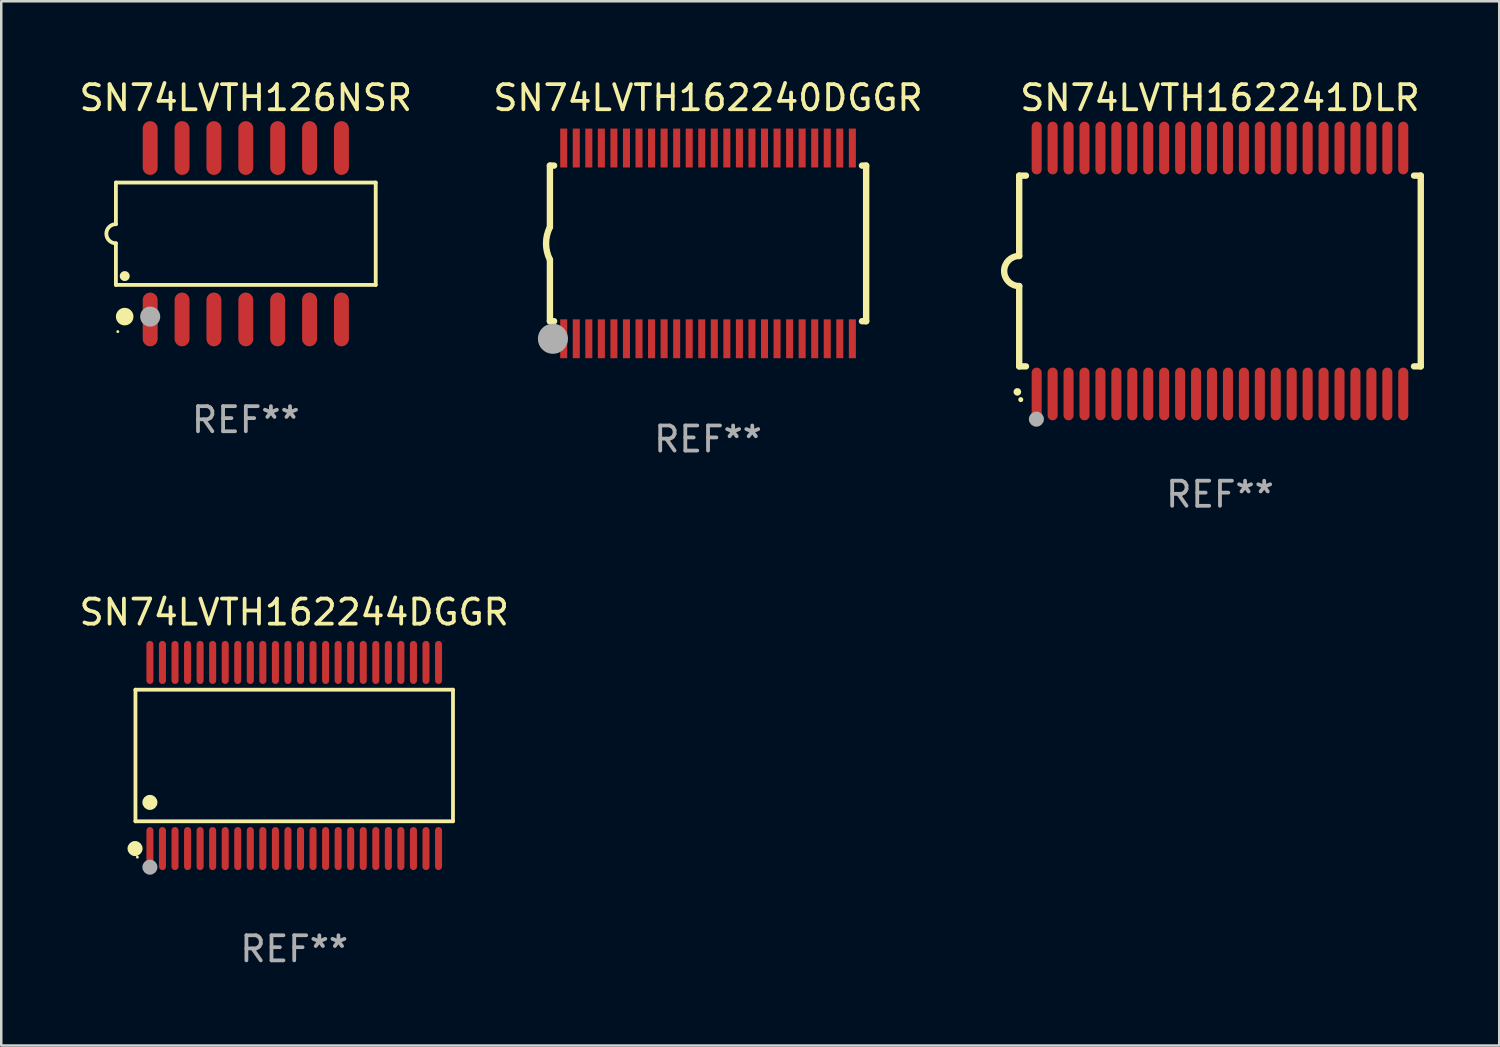
<source format=kicad_pcb>
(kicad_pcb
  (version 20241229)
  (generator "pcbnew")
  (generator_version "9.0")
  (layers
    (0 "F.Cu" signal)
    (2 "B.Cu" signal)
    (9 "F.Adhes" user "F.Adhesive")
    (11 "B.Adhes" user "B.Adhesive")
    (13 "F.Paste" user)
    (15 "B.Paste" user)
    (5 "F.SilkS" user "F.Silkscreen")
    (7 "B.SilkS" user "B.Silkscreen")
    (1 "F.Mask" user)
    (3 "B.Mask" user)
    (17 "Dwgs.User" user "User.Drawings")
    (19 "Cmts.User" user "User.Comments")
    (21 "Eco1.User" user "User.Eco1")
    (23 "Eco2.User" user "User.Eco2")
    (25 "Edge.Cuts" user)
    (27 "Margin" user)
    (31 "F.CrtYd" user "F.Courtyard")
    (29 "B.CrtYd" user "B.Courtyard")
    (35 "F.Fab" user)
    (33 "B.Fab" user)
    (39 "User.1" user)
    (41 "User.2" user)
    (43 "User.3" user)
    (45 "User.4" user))
  (footprint "SN74LVTH162240DGGR"
    (layer "F.Cu")
    (at 25.161 6.648)
    (property "Reference" "SN74LVTH162240DGGR" (at 0 -5.8 0) (layer "F.SilkS") (effects (font (size 1 1) (thickness 0.15))))
    (attr through_hole)
    (fp_line (start -6.3 -3.1) (end -6.3 -0.65) (stroke (width 0.254) (type solid)) (layer "F.SilkS"))
    (fp_line (start -6.3 -3.1) (end -6.134 -3.1) (stroke (width 0.254) (type solid)) (layer "F.SilkS"))
    (fp_line (start -6.3 3.1) (end -6.3 0.65) (stroke (width 0.254) (type solid)) (layer "F.SilkS"))
    (fp_line (start -6.3 3.1) (end -6.134 3.1) (stroke (width 0.254) (type solid)) (layer "F.SilkS"))
    (fp_line (start 6.134 -3.1) (end 6.3 -3.1) (stroke (width 0.254) (type solid)) (layer "F.SilkS"))
    (fp_line (start 6.134 3.1) (end 6.3 3.1) (stroke (width 0.254) (type solid)) (layer "F.SilkS"))
    (fp_line (start 6.3 -3.1) (end 6.3 3.1) (stroke (width 0.254) (type solid)) (layer "F.SilkS"))
    (fp_arc (start -6.301016 0.650114) (mid -6.45413 -0.000082) (end -6.3 -0.650038) (stroke (width 0.254001) (type solid)) (layer "F.SilkS"))
    (fp_circle (center -6.35 3.81) (end -6.223 3.81) (stroke (width 0.254) (type solid)) (fill no) (layer "F.SilkS"))
    (fp_circle (center -6.25 4.05) (end -6.22 4.05) (stroke (width 0.06) (type solid)) (fill no) (layer "F.SilkS"))
    (fp_circle (center -6.18 3.8) (end -5.88 3.8) (stroke (width 0.6) (type solid)) (fill no) (layer "F.Fab"))
    (fp_text user "REF**" (at 0 7.8 0) (layer "F.Fab") (effects (font (size 1 1) (thickness 0.15))))
    (pad "1" smd rect (at -5.75 3.8) (size 0.28 1.55) (layers "F.Cu" "F.Mask" "F.Paste"))
    (pad "2" smd rect (at -5.25 3.8) (size 0.28 1.55) (layers "F.Cu" "F.Mask" "F.Paste"))
    (pad "3" smd rect (at -4.75 3.8) (size 0.28 1.55) (layers "F.Cu" "F.Mask" "F.Paste"))
    (pad "4" smd rect (at -4.25 3.8) (size 0.28 1.55) (layers "F.Cu" "F.Mask" "F.Paste"))
    (pad "5" smd rect (at -3.75 3.8) (size 0.28 1.55) (layers "F.Cu" "F.Mask" "F.Paste"))
    (pad "6" smd rect (at -3.25 3.8) (size 0.28 1.55) (layers "F.Cu" "F.Mask" "F.Paste"))
    (pad "7" smd rect (at -2.75 3.8) (size 0.28 1.55) (layers "F.Cu" "F.Mask" "F.Paste"))
    (pad "8" smd rect (at -2.25 3.8) (size 0.28 1.55) (layers "F.Cu" "F.Mask" "F.Paste"))
    (pad "9" smd rect (at -1.75 3.8) (size 0.28 1.55) (layers "F.Cu" "F.Mask" "F.Paste"))
    (pad "10" smd rect (at -1.25 3.8) (size 0.28 1.55) (layers "F.Cu" "F.Mask" "F.Paste"))
    (pad "11" smd rect (at -0.75 3.8) (size 0.28 1.55) (layers "F.Cu" "F.Mask" "F.Paste"))
    (pad "12" smd rect (at -0.25 3.8) (size 0.28 1.55) (layers "F.Cu" "F.Mask" "F.Paste"))
    (pad "13" smd rect (at 0.25 3.8) (size 0.28 1.55) (layers "F.Cu" "F.Mask" "F.Paste"))
    (pad "14" smd rect (at 0.75 3.8) (size 0.28 1.55) (layers "F.Cu" "F.Mask" "F.Paste"))
    (pad "15" smd rect (at 1.25 3.8) (size 0.28 1.55) (layers "F.Cu" "F.Mask" "F.Paste"))
    (pad "16" smd rect (at 1.75 3.8) (size 0.28 1.55) (layers "F.Cu" "F.Mask" "F.Paste"))
    (pad "17" smd rect (at 2.25 3.8) (size 0.28 1.55) (layers "F.Cu" "F.Mask" "F.Paste"))
    (pad "18" smd rect (at 2.75 3.8) (size 0.28 1.55) (layers "F.Cu" "F.Mask" "F.Paste"))
    (pad "19" smd rect (at 3.25 3.8) (size 0.28 1.55) (layers "F.Cu" "F.Mask" "F.Paste"))
    (pad "20" smd rect (at 3.75 3.8) (size 0.28 1.55) (layers "F.Cu" "F.Mask" "F.Paste"))
    (pad "21" smd rect (at 4.25 3.8) (size 0.28 1.55) (layers "F.Cu" "F.Mask" "F.Paste"))
    (pad "22" smd rect (at 4.75 3.8) (size 0.28 1.55) (layers "F.Cu" "F.Mask" "F.Paste"))
    (pad "23" smd rect (at 5.25 3.8) (size 0.28 1.55) (layers "F.Cu" "F.Mask" "F.Paste"))
    (pad "24" smd rect (at 5.75 3.8) (size 0.28 1.55) (layers "F.Cu" "F.Mask" "F.Paste"))
    (pad "25" smd rect (at 5.75 -3.8) (size 0.28 1.55) (layers "F.Cu" "F.Mask" "F.Paste"))
    (pad "26" smd rect (at 5.25 -3.8) (size 0.28 1.55) (layers "F.Cu" "F.Mask" "F.Paste"))
    (pad "27" smd rect (at 4.75 -3.8) (size 0.28 1.55) (layers "F.Cu" "F.Mask" "F.Paste"))
    (pad "28" smd rect (at 4.25 -3.8) (size 0.28 1.55) (layers "F.Cu" "F.Mask" "F.Paste"))
    (pad "29" smd rect (at 3.75 -3.8) (size 0.28 1.55) (layers "F.Cu" "F.Mask" "F.Paste"))
    (pad "30" smd rect (at 3.25 -3.8) (size 0.28 1.55) (layers "F.Cu" "F.Mask" "F.Paste"))
    (pad "31" smd rect (at 2.75 -3.8) (size 0.28 1.55) (layers "F.Cu" "F.Mask" "F.Paste"))
    (pad "32" smd rect (at 2.25 -3.8) (size 0.28 1.55) (layers "F.Cu" "F.Mask" "F.Paste"))
    (pad "33" smd rect (at 1.75 -3.8) (size 0.28 1.55) (layers "F.Cu" "F.Mask" "F.Paste"))
    (pad "34" smd rect (at 1.25 -3.8) (size 0.28 1.55) (layers "F.Cu" "F.Mask" "F.Paste"))
    (pad "35" smd rect (at 0.75 -3.8) (size 0.28 1.55) (layers "F.Cu" "F.Mask" "F.Paste"))
    (pad "36" smd rect (at 0.25 -3.8) (size 0.28 1.55) (layers "F.Cu" "F.Mask" "F.Paste"))
    (pad "37" smd rect (at -0.25 -3.8) (size 0.28 1.55) (layers "F.Cu" "F.Mask" "F.Paste"))
    (pad "38" smd rect (at -0.75 -3.8) (size 0.28 1.55) (layers "F.Cu" "F.Mask" "F.Paste"))
    (pad "39" smd rect (at -1.25 -3.8) (size 0.28 1.55) (layers "F.Cu" "F.Mask" "F.Paste"))
    (pad "40" smd rect (at -1.75 -3.8) (size 0.28 1.55) (layers "F.Cu" "F.Mask" "F.Paste"))
    (pad "41" smd rect (at -2.25 -3.8) (size 0.28 1.55) (layers "F.Cu" "F.Mask" "F.Paste"))
    (pad "42" smd rect (at -2.75 -3.8) (size 0.28 1.55) (layers "F.Cu" "F.Mask" "F.Paste"))
    (pad "43" smd rect (at -3.25 -3.8) (size 0.28 1.55) (layers "F.Cu" "F.Mask" "F.Paste"))
    (pad "44" smd rect (at -3.75 -3.8) (size 0.28 1.55) (layers "F.Cu" "F.Mask" "F.Paste"))
    (pad "45" smd rect (at -4.25 -3.8) (size 0.28 1.55) (layers "F.Cu" "F.Mask" "F.Paste"))
    (pad "46" smd rect (at -4.75 -3.8) (size 0.28 1.55) (layers "F.Cu" "F.Mask" "F.Paste"))
    (pad "47" smd rect (at -5.25 -3.8) (size 0.28 1.55) (layers "F.Cu" "F.Mask" "F.Paste"))
    (pad "48" smd rect (at -5.75 -3.8) (size 0.28 1.55) (layers "F.Cu" "F.Mask" "F.Paste")))
  (footprint "SN74LVTH162244DGGR"
    (layer "F.Cu")
    (at 8.673 27.052)
    (property "Reference" "SN74LVTH162244DGGR" (at 0 -5.708 0) (layer "F.SilkS") (effects (font (size 1 1) (thickness 0.15))))
    (attr through_hole)
    (fp_line (start -6.326 -2.622) (end 6.326 -2.622) (stroke (width 0.152) (type solid)) (layer "F.SilkS"))
    (fp_line (start -6.326 2.621) (end -6.326 -2.622) (stroke (width 0.152) (type solid)) (layer "F.SilkS"))
    (fp_line (start 6.326 -2.622) (end 6.326 2.621) (stroke (width 0.152) (type solid)) (layer "F.SilkS"))
    (fp_line (start 6.326 2.621) (end -6.326 2.621) (stroke (width 0.152) (type solid)) (layer "F.SilkS"))
    (fp_circle (center -6.342 3.708) (end -6.192 3.708) (stroke (width 0.3) (type solid)) (fill no) (layer "F.SilkS"))
    (fp_circle (center -6.25 4.05) (end -6.22 4.05) (stroke (width 0.06) (type solid)) (fill no) (layer "F.SilkS"))
    (fp_circle (center -5.75 1.869) (end -5.6 1.869) (stroke (width 0.3) (type solid)) (fill no) (layer "F.SilkS"))
    (fp_circle (center -5.75 4.45) (end -5.6 4.45) (stroke (width 0.3) (type solid)) (fill no) (layer "F.Fab"))
    (fp_text user "REF**" (at 0 7.708 0) (layer "F.Fab") (effects (font (size 1 1) (thickness 0.15))))
    (pad "1" smd oval (at -5.75 3.708) (size 0.28 1.715) (layers "F.Cu" "F.Mask" "F.Paste"))
    (pad "2" smd oval (at -5.25 3.708) (size 0.28 1.715) (layers "F.Cu" "F.Mask" "F.Paste"))
    (pad "3" smd oval (at -4.75 3.708) (size 0.28 1.715) (layers "F.Cu" "F.Mask" "F.Paste"))
    (pad "4" smd oval (at -4.25 3.708) (size 0.28 1.715) (layers "F.Cu" "F.Mask" "F.Paste"))
    (pad "5" smd oval (at -3.75 3.708) (size 0.28 1.715) (layers "F.Cu" "F.Mask" "F.Paste"))
    (pad "6" smd oval (at -3.25 3.708) (size 0.28 1.715) (layers "F.Cu" "F.Mask" "F.Paste"))
    (pad "7" smd oval (at -2.75 3.708) (size 0.28 1.715) (layers "F.Cu" "F.Mask" "F.Paste"))
    (pad "8" smd oval (at -2.25 3.708) (size 0.28 1.715) (layers "F.Cu" "F.Mask" "F.Paste"))
    (pad "9" smd oval (at -1.75 3.708) (size 0.28 1.715) (layers "F.Cu" "F.Mask" "F.Paste"))
    (pad "10" smd oval (at -1.25 3.708) (size 0.28 1.715) (layers "F.Cu" "F.Mask" "F.Paste"))
    (pad "11" smd oval (at -0.75 3.708) (size 0.28 1.715) (layers "F.Cu" "F.Mask" "F.Paste"))
    (pad "12" smd oval (at -0.25 3.708) (size 0.28 1.715) (layers "F.Cu" "F.Mask" "F.Paste"))
    (pad "13" smd oval (at 0.25 3.708) (size 0.28 1.715) (layers "F.Cu" "F.Mask" "F.Paste"))
    (pad "14" smd oval (at 0.75 3.708) (size 0.28 1.715) (layers "F.Cu" "F.Mask" "F.Paste"))
    (pad "15" smd oval (at 1.25 3.708) (size 0.28 1.715) (layers "F.Cu" "F.Mask" "F.Paste"))
    (pad "16" smd oval (at 1.75 3.708) (size 0.28 1.715) (layers "F.Cu" "F.Mask" "F.Paste"))
    (pad "17" smd oval (at 2.25 3.708) (size 0.28 1.715) (layers "F.Cu" "F.Mask" "F.Paste"))
    (pad "18" smd oval (at 2.75 3.708) (size 0.28 1.715) (layers "F.Cu" "F.Mask" "F.Paste"))
    (pad "19" smd oval (at 3.25 3.708) (size 0.28 1.715) (layers "F.Cu" "F.Mask" "F.Paste"))
    (pad "20" smd oval (at 3.75 3.708) (size 0.28 1.715) (layers "F.Cu" "F.Mask" "F.Paste"))
    (pad "21" smd oval (at 4.25 3.708) (size 0.28 1.715) (layers "F.Cu" "F.Mask" "F.Paste"))
    (pad "22" smd oval (at 4.75 3.708) (size 0.28 1.715) (layers "F.Cu" "F.Mask" "F.Paste"))
    (pad "23" smd oval (at 5.25 3.708) (size 0.28 1.715) (layers "F.Cu" "F.Mask" "F.Paste"))
    (pad "24" smd oval (at 5.75 3.708) (size 0.28 1.715) (layers "F.Cu" "F.Mask" "F.Paste"))
    (pad "25" smd oval (at 5.75 -3.708) (size 0.28 1.715) (layers "F.Cu" "F.Mask" "F.Paste"))
    (pad "26" smd oval (at 5.25 -3.708) (size 0.28 1.715) (layers "F.Cu" "F.Mask" "F.Paste"))
    (pad "27" smd oval (at 4.75 -3.708) (size 0.28 1.715) (layers "F.Cu" "F.Mask" "F.Paste"))
    (pad "28" smd oval (at 4.25 -3.708) (size 0.28 1.715) (layers "F.Cu" "F.Mask" "F.Paste"))
    (pad "29" smd oval (at 3.75 -3.708) (size 0.28 1.715) (layers "F.Cu" "F.Mask" "F.Paste"))
    (pad "30" smd oval (at 3.25 -3.708) (size 0.28 1.715) (layers "F.Cu" "F.Mask" "F.Paste"))
    (pad "31" smd oval (at 2.75 -3.708) (size 0.28 1.715) (layers "F.Cu" "F.Mask" "F.Paste"))
    (pad "32" smd oval (at 2.25 -3.708) (size 0.28 1.715) (layers "F.Cu" "F.Mask" "F.Paste"))
    (pad "33" smd oval (at 1.75 -3.708) (size 0.28 1.715) (layers "F.Cu" "F.Mask" "F.Paste"))
    (pad "34" smd oval (at 1.25 -3.708) (size 0.28 1.715) (layers "F.Cu" "F.Mask" "F.Paste"))
    (pad "35" smd oval (at 0.75 -3.708) (size 0.28 1.715) (layers "F.Cu" "F.Mask" "F.Paste"))
    (pad "36" smd oval (at 0.25 -3.708) (size 0.28 1.715) (layers "F.Cu" "F.Mask" "F.Paste"))
    (pad "37" smd oval (at -0.25 -3.708) (size 0.28 1.715) (layers "F.Cu" "F.Mask" "F.Paste"))
    (pad "38" smd oval (at -0.75 -3.708) (size 0.28 1.715) (layers "F.Cu" "F.Mask" "F.Paste"))
    (pad "39" smd oval (at -1.25 -3.708) (size 0.28 1.715) (layers "F.Cu" "F.Mask" "F.Paste"))
    (pad "40" smd oval (at -1.75 -3.708) (size 0.28 1.715) (layers "F.Cu" "F.Mask" "F.Paste"))
    (pad "41" smd oval (at -2.25 -3.708) (size 0.28 1.715) (layers "F.Cu" "F.Mask" "F.Paste"))
    (pad "42" smd oval (at -2.75 -3.708) (size 0.28 1.715) (layers "F.Cu" "F.Mask" "F.Paste"))
    (pad "43" smd oval (at -3.25 -3.708) (size 0.28 1.715) (layers "F.Cu" "F.Mask" "F.Paste"))
    (pad "44" smd oval (at -3.75 -3.708) (size 0.28 1.715) (layers "F.Cu" "F.Mask" "F.Paste"))
    (pad "45" smd oval (at -4.25 -3.708) (size 0.28 1.715) (layers "F.Cu" "F.Mask" "F.Paste"))
    (pad "46" smd oval (at -4.75 -3.708) (size 0.28 1.715) (layers "F.Cu" "F.Mask" "F.Paste"))
    (pad "47" smd oval (at -5.25 -3.708) (size 0.28 1.715) (layers "F.Cu" "F.Mask" "F.Paste"))
    (pad "48" smd oval (at -5.75 -3.708) (size 0.28 1.715) (layers "F.Cu" "F.Mask" "F.Paste")))
  (footprint "SN74LVTH162241DLR"
    (layer "F.Cu")
    (at 45.559 7.748)
    (property "Reference" "SN74LVTH162241DLR" (at 0 -6.9 0) (layer "F.SilkS") (effects (font (size 1 1) (thickness 0.15))))
    (attr through_hole)
    (fp_line (start -8 -3.8) (end -8 -0.599) (stroke (width 0.254) (type solid)) (layer "F.SilkS"))
    (fp_line (start -8 -3.8) (end -7.731 -3.8) (stroke (width 0.254) (type solid)) (layer "F.SilkS"))
    (fp_line (start -8 3.8) (end -8 0.599) (stroke (width 0.254) (type solid)) (layer "F.SilkS"))
    (fp_line (start -7.731 3.8) (end -8 3.8) (stroke (width 0.254) (type solid)) (layer "F.SilkS"))
    (fp_line (start 7.731 -3.8) (end 8 -3.8) (stroke (width 0.254) (type solid)) (layer "F.SilkS"))
    (fp_line (start 8 -3.8) (end 8 3.8) (stroke (width 0.254) (type solid)) (layer "F.SilkS"))
    (fp_line (start 8 3.8) (end 7.731 3.8) (stroke (width 0.254) (type solid)) (layer "F.SilkS"))
    (fp_arc (start -8.074676 4.81585) (mid -8.073406 4.815845) (end -8.072136 4.81585) (stroke (width 0.3) (type solid)) (layer "F.SilkS"))
    (fp_arc (start -8.000025 0.6) (mid -8.598908 0.00056) (end -8.000027 -0.598882) (stroke (width 0.254001) (type solid)) (layer "F.SilkS"))
    (fp_circle (center -7.937 5.125) (end -7.887 5.125) (stroke (width 0.1) (type solid)) (fill no) (layer "F.SilkS"))
    (fp_circle (center -7.315 5.903) (end -7.165 5.903) (stroke (width 0.3) (type solid)) (fill no) (layer "F.Fab"))
    (fp_text user "REF**" (at 0 8.9 0) (layer "F.Fab") (effects (font (size 1 1) (thickness 0.15))))
    (pad "1" smd oval (at -7.303 4.9) (size 0.4 2.1) (layers "F.Cu" "F.Mask" "F.Paste"))
    (pad "2" smd oval (at -6.668 4.9) (size 0.4 2.1) (layers "F.Cu" "F.Mask" "F.Paste"))
    (pad "3" smd oval (at -6.033 4.9) (size 0.4 2.1) (layers "F.Cu" "F.Mask" "F.Paste"))
    (pad "4" smd oval (at -5.398 4.9) (size 0.4 2.1) (layers "F.Cu" "F.Mask" "F.Paste"))
    (pad "5" smd oval (at -4.763 4.9) (size 0.4 2.1) (layers "F.Cu" "F.Mask" "F.Paste"))
    (pad "6" smd oval (at -4.128 4.9) (size 0.4 2.1) (layers "F.Cu" "F.Mask" "F.Paste"))
    (pad "7" smd oval (at -3.493 4.9) (size 0.4 2.1) (layers "F.Cu" "F.Mask" "F.Paste"))
    (pad "8" smd oval (at -2.858 4.9) (size 0.4 2.1) (layers "F.Cu" "F.Mask" "F.Paste"))
    (pad "9" smd oval (at -2.223 4.9) (size 0.4 2.1) (layers "F.Cu" "F.Mask" "F.Paste"))
    (pad "10" smd oval (at -1.588 4.9) (size 0.4 2.1) (layers "F.Cu" "F.Mask" "F.Paste"))
    (pad "11" smd oval (at -0.953 4.9) (size 0.4 2.1) (layers "F.Cu" "F.Mask" "F.Paste"))
    (pad "12" smd oval (at -0.318 4.9) (size 0.4 2.1) (layers "F.Cu" "F.Mask" "F.Paste"))
    (pad "13" smd oval (at 0.318 4.9) (size 0.4 2.1) (layers "F.Cu" "F.Mask" "F.Paste"))
    (pad "14" smd oval (at 0.953 4.9) (size 0.4 2.1) (layers "F.Cu" "F.Mask" "F.Paste"))
    (pad "15" smd oval (at 1.588 4.9) (size 0.4 2.1) (layers "F.Cu" "F.Mask" "F.Paste"))
    (pad "16" smd oval (at 2.223 4.9) (size 0.4 2.1) (layers "F.Cu" "F.Mask" "F.Paste"))
    (pad "17" smd oval (at 2.858 4.9) (size 0.4 2.1) (layers "F.Cu" "F.Mask" "F.Paste"))
    (pad "18" smd oval (at 3.493 4.9) (size 0.4 2.1) (layers "F.Cu" "F.Mask" "F.Paste"))
    (pad "19" smd oval (at 4.128 4.9) (size 0.4 2.1) (layers "F.Cu" "F.Mask" "F.Paste"))
    (pad "20" smd oval (at 4.763 4.9) (size 0.4 2.1) (layers "F.Cu" "F.Mask" "F.Paste"))
    (pad "21" smd oval (at 5.398 4.9) (size 0.4 2.1) (layers "F.Cu" "F.Mask" "F.Paste"))
    (pad "22" smd oval (at 6.033 4.9) (size 0.4 2.1) (layers "F.Cu" "F.Mask" "F.Paste"))
    (pad "23" smd oval (at 6.668 4.9) (size 0.4 2.1) (layers "F.Cu" "F.Mask" "F.Paste"))
    (pad "24" smd oval (at 7.303 4.9) (size 0.4 2.1) (layers "F.Cu" "F.Mask" "F.Paste"))
    (pad "25" smd oval (at 7.303 -4.9 180) (size 0.4 2.1) (layers "F.Cu" "F.Mask" "F.Paste"))
    (pad "26" smd oval (at 6.668 -4.9 180) (size 0.4 2.1) (layers "F.Cu" "F.Mask" "F.Paste"))
    (pad "27" smd oval (at 6.033 -4.9 180) (size 0.4 2.1) (layers "F.Cu" "F.Mask" "F.Paste"))
    (pad "28" smd oval (at 5.398 -4.9 180) (size 0.4 2.1) (layers "F.Cu" "F.Mask" "F.Paste"))
    (pad "29" smd oval (at 4.763 -4.9 180) (size 0.4 2.1) (layers "F.Cu" "F.Mask" "F.Paste"))
    (pad "30" smd oval (at 4.128 -4.9 180) (size 0.4 2.1) (layers "F.Cu" "F.Mask" "F.Paste"))
    (pad "31" smd oval (at 3.493 -4.9 180) (size 0.4 2.1) (layers "F.Cu" "F.Mask" "F.Paste"))
    (pad "32" smd oval (at 2.858 -4.9 180) (size 0.4 2.1) (layers "F.Cu" "F.Mask" "F.Paste"))
    (pad "33" smd oval (at 2.223 -4.9 180) (size 0.4 2.1) (layers "F.Cu" "F.Mask" "F.Paste"))
    (pad "34" smd oval (at 1.588 -4.9 180) (size 0.4 2.1) (layers "F.Cu" "F.Mask" "F.Paste"))
    (pad "35" smd oval (at 0.953 -4.9 180) (size 0.4 2.1) (layers "F.Cu" "F.Mask" "F.Paste"))
    (pad "36" smd oval (at 0.318 -4.9 180) (size 0.4 2.1) (layers "F.Cu" "F.Mask" "F.Paste"))
    (pad "37" smd oval (at -0.318 -4.9 180) (size 0.4 2.1) (layers "F.Cu" "F.Mask" "F.Paste"))
    (pad "38" smd oval (at -0.953 -4.9 180) (size 0.4 2.1) (layers "F.Cu" "F.Mask" "F.Paste"))
    (pad "39" smd oval (at -1.588 -4.9 180) (size 0.4 2.1) (layers "F.Cu" "F.Mask" "F.Paste"))
    (pad "40" smd oval (at -2.223 -4.9 180) (size 0.4 2.1) (layers "F.Cu" "F.Mask" "F.Paste"))
    (pad "41" smd oval (at -2.858 -4.9 180) (size 0.4 2.1) (layers "F.Cu" "F.Mask" "F.Paste"))
    (pad "42" smd oval (at -3.493 -4.9 180) (size 0.4 2.1) (layers "F.Cu" "F.Mask" "F.Paste"))
    (pad "43" smd oval (at -4.128 -4.9 180) (size 0.4 2.1) (layers "F.Cu" "F.Mask" "F.Paste"))
    (pad "44" smd oval (at -4.763 -4.9 180) (size 0.4 2.1) (layers "F.Cu" "F.Mask" "F.Paste"))
    (pad "45" smd oval (at -5.398 -4.9 180) (size 0.4 2.1) (layers "F.Cu" "F.Mask" "F.Paste"))
    (pad "46" smd oval (at -6.033 -4.9 180) (size 0.4 2.1) (layers "F.Cu" "F.Mask" "F.Paste"))
    (pad "47" smd oval (at -6.668 -4.9 180) (size 0.4 2.1) (layers "F.Cu" "F.Mask" "F.Paste"))
    (pad "48" smd oval (at -7.303 -4.9 180) (size 0.4 2.1) (layers "F.Cu" "F.Mask" "F.Paste")))
  (footprint "SN74LVTH126NSR"
    (layer "F.Cu")
    (at 6.744 6.263)
    (property "Reference" "SN74LVTH126NSR" (at 0 -5.415 0) (layer "F.SilkS") (effects (font (size 1 1) (thickness 0.15))))
    (attr through_hole)
    (fp_line (start -5.176 -2.039) (end 5.176 -2.039) (stroke (width 0.152) (type solid)) (layer "F.SilkS"))
    (fp_line (start -5.176 -0.381) (end -5.176 -2.039) (stroke (width 0.152) (type solid)) (layer "F.SilkS"))
    (fp_line (start -5.176 0.381) (end -5.176 2.039) (stroke (width 0.152) (type solid)) (layer "F.SilkS"))
    (fp_line (start 5.176 -2.039) (end 5.176 2.039) (stroke (width 0.152) (type solid)) (layer "F.SilkS"))
    (fp_line (start 5.176 2.039) (end -5.176 2.039) (stroke (width 0.152) (type solid)) (layer "F.SilkS"))
    (fp_arc (start -5.1762 0.381001) (mid -5.557201 0) (end -5.1762 -0.381001) (stroke (width 0.151994) (type solid)) (layer "F.SilkS"))
    (fp_circle (center -5.1 3.9) (end -5.07 3.9) (stroke (width 0.06) (type solid)) (fill no) (layer "F.SilkS"))
    (fp_circle (center -4.826 3.302) (end -4.651 3.302) (stroke (width 0.35) (type solid)) (fill no) (layer "F.SilkS"))
    (fp_circle (center -4.824 1.687) (end -4.724 1.687) (stroke (width 0.2) (type solid)) (fill no) (layer "F.SilkS"))
    (fp_circle (center -3.81 3.302) (end -3.61 3.302) (stroke (width 0.4) (type solid)) (fill no) (layer "F.Fab"))
    (fp_text user "REF**" (at 0 7.415 0) (layer "F.Fab") (effects (font (size 1 1) (thickness 0.15))))
    (pad "1" smd oval (at -3.81 3.415) (size 0.595 2.142) (layers "F.Cu" "F.Mask" "F.Paste"))
    (pad "2" smd oval (at -2.54 3.415) (size 0.595 2.142) (layers "F.Cu" "F.Mask" "F.Paste"))
    (pad "3" smd oval (at -1.27 3.415) (size 0.595 2.142) (layers "F.Cu" "F.Mask" "F.Paste"))
    (pad "4" smd oval (at 0 3.415) (size 0.595 2.142) (layers "F.Cu" "F.Mask" "F.Paste"))
    (pad "5" smd oval (at 1.27 3.415) (size 0.595 2.142) (layers "F.Cu" "F.Mask" "F.Paste"))
    (pad "6" smd oval (at 2.54 3.415) (size 0.595 2.142) (layers "F.Cu" "F.Mask" "F.Paste"))
    (pad "7" smd oval (at 3.81 3.415) (size 0.595 2.142) (layers "F.Cu" "F.Mask" "F.Paste"))
    (pad "8" smd oval (at 3.81 -3.415) (size 0.595 2.142) (layers "F.Cu" "F.Mask" "F.Paste"))
    (pad "9" smd oval (at 2.54 -3.415) (size 0.595 2.142) (layers "F.Cu" "F.Mask" "F.Paste"))
    (pad "10" smd oval (at 1.27 -3.415) (size 0.595 2.142) (layers "F.Cu" "F.Mask" "F.Paste"))
    (pad "11" smd oval (at 0 -3.415) (size 0.595 2.142) (layers "F.Cu" "F.Mask" "F.Paste"))
    (pad "12" smd oval (at -1.27 -3.415) (size 0.595 2.142) (layers "F.Cu" "F.Mask" "F.Paste"))
    (pad "13" smd oval (at -2.54 -3.415) (size 0.595 2.142) (layers "F.Cu" "F.Mask" "F.Paste"))
    (pad "14" smd oval (at -3.81 -3.415) (size 0.595 2.142) (layers "F.Cu" "F.Mask" "F.Paste")))
  (gr_rect
    (start -3 -3)
    (end 56.686 38.608)
    (stroke (width 0.1) (type default))
    (fill no)
    (layer "Edge.Cuts")))
</source>
